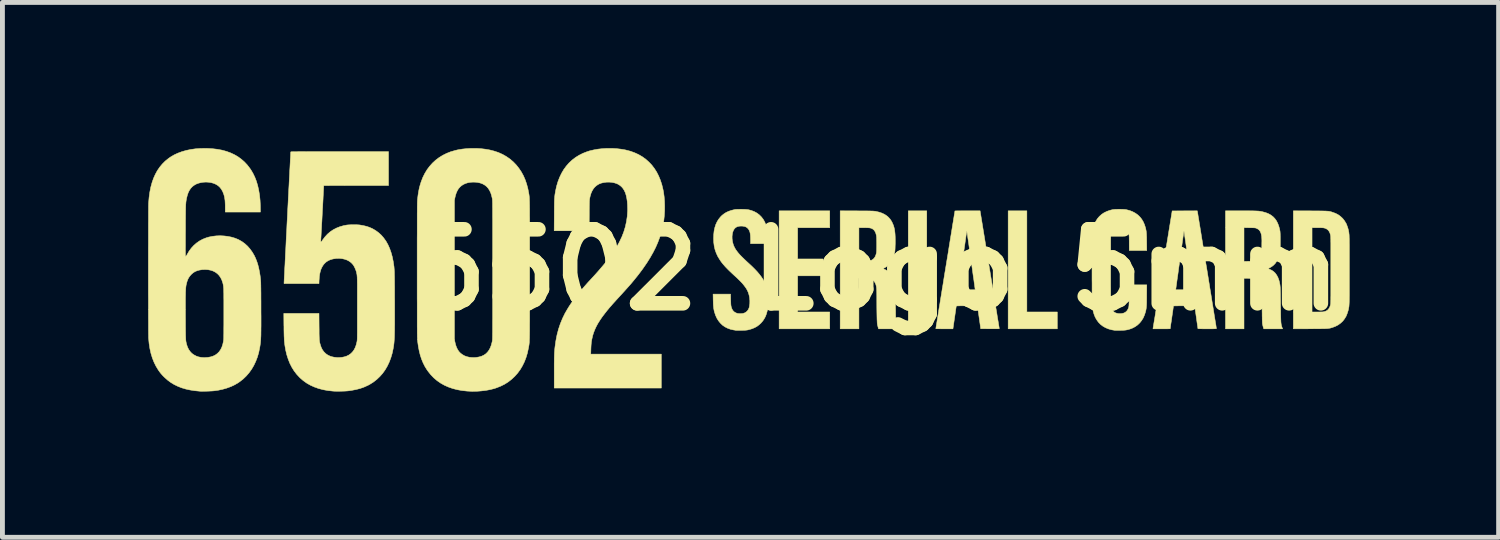
<source format=kicad_pcb>
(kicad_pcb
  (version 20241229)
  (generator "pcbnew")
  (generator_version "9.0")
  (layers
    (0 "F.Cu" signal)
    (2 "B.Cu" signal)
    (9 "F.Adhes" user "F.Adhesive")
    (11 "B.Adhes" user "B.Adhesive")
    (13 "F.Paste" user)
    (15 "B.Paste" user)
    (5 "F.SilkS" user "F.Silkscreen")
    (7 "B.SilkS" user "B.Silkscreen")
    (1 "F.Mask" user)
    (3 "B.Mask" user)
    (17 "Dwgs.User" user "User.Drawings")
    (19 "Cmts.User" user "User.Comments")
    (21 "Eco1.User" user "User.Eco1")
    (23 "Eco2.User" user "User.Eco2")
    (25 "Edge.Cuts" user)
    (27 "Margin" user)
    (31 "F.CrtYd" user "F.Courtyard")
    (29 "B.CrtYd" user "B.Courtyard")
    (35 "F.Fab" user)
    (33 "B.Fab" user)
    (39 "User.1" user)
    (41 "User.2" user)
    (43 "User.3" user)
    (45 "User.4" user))
  (footprint "6502 Logo 5mm"
    (layer "F.Cu")
    (at 15.004 2.506)
    (property "Reference" "6502 Logo 5mm" (at 0 0 0) (layer "F.SilkS") (effects (font (size 1.524 1.524) (thickness 0.3))))
    (attr through_hole)
    (fp_poly (pts (xy 1.029 1.215) (xy 0.648 1.215) (xy 0.648 -1.215) (xy 1.029 -1.215) (xy 1.029 1.215)) (stroke (width 0.01) (type solid)) (fill yes) (layer "F.SilkS"))
    (fp_poly (pts (xy 3.09 0.868) (xy 3.717 0.868) (xy 3.717 1.215) (xy 2.705 1.215) (xy 2.705 -1.215) (xy 3.09 -1.215) (xy 3.09 0.868)) (stroke (width 0.01) (type solid)) (fill yes) (layer "F.SilkS"))
    (fp_poly (pts (xy -0.969 -0.868) (xy -1.63 -0.868) (xy -1.63 -0.224) (xy -1.105 -0.224) (xy -1.105 0.123) (xy -1.63 0.123) (xy -1.63 0.868) (xy -0.969 0.868) (xy -0.969 1.215) (xy -2.011 1.215) (xy -2.011 -1.215) (xy -0.969 -1.215) (xy -0.969 -0.868)) (stroke (width 0.01) (type solid)) (fill yes) (layer "F.SilkS"))
    (fp_poly (pts (xy 2.324 -0.007) (xy 2.34 0.093) (xy 2.356 0.19) (xy 2.372 0.286) (xy 2.387 0.378) (xy 2.401 0.468) (xy 2.415 0.554) (xy 2.429 0.636) (xy 2.441 0.714) (xy 2.453 0.788) (xy 2.465 0.856) (xy 2.475 0.92) (xy 2.484 0.978) (xy 2.493 1.031) (xy 2.501 1.077) (xy 2.507 1.117) (xy 2.513 1.15) (xy 2.517 1.176) (xy 2.52 1.194) (xy 2.522 1.205) (xy 2.522 1.208) (xy 2.522 1.209) (xy 2.521 1.211) (xy 2.518 1.212) (xy 2.512 1.213) (xy 2.502 1.214) (xy 2.489 1.214) (xy 2.47 1.214) (xy 2.446 1.214) (xy 2.415 1.214) (xy 2.378 1.214) (xy 2.333 1.214) (xy 2.332 1.214) (xy 2.14 1.213) (xy 2.073 0.741) (xy 1.856 0.741) (xy 1.805 0.741) (xy 1.763 0.741) (xy 1.727 0.741) (xy 1.699 0.742) (xy 1.676 0.742) (xy 1.66 0.743) (xy 1.648 0.744) (xy 1.641 0.745) (xy 1.638 0.746) (xy 1.637 0.746) (xy 1.636 0.751) (xy 1.634 0.764) (xy 1.631 0.783) (xy 1.627 0.809) (xy 1.623 0.84) (xy 1.618 0.875) (xy 1.612 0.914) (xy 1.606 0.956) (xy 1.602 0.983) (xy 1.568 1.215) (xy 1.392 1.215) (xy 1.354 1.215) (xy 1.319 1.215) (xy 1.288 1.214) (xy 1.261 1.214) (xy 1.239 1.214) (xy 1.224 1.213) (xy 1.216 1.212) (xy 1.215 1.212) (xy 1.216 1.208) (xy 1.218 1.195) (xy 1.221 1.175) (xy 1.225 1.148) (xy 1.231 1.113) (xy 1.238 1.072) (xy 1.245 1.025) (xy 1.254 0.971) (xy 1.264 0.912) (xy 1.274 0.847) (xy 1.285 0.777) (xy 1.298 0.703) (xy 1.31 0.624) (xy 1.324 0.541) (xy 1.338 0.454) (xy 1.345 0.411) (xy 1.685 0.411) (xy 2.026 0.411) (xy 2.017 0.344) (xy 2.012 0.305) (xy 2.005 0.26) (xy 1.999 0.212) (xy 1.991 0.16) (xy 1.983 0.104) (xy 1.975 0.046) (xy 1.967 -0.014) (xy 1.958 -0.075) (xy 1.949 -0.137) (xy 1.94 -0.199) (xy 1.932 -0.262) (xy 1.923 -0.323) (xy 1.914 -0.383) (xy 1.906 -0.441) (xy 1.898 -0.497) (xy 1.891 -0.549) (xy 1.884 -0.598) (xy 1.877 -0.643) (xy 1.872 -0.683) (xy 1.867 -0.717) (xy 1.862 -0.746) (xy 1.859 -0.768) (xy 1.857 -0.783) (xy 1.856 -0.791) (xy 1.856 -0.791) (xy 1.852 -0.791) (xy 1.851 -0.79) (xy 1.851 -0.786) (xy 1.849 -0.774) (xy 1.846 -0.754) (xy 1.842 -0.728) (xy 1.837 -0.696) (xy 1.832 -0.658) (xy 1.826 -0.616) (xy 1.819 -0.569) (xy 1.812 -0.518) (xy 1.804 -0.464) (xy 1.796 -0.408) (xy 1.788 -0.349) (xy 1.78 -0.289) (xy 1.771 -0.228) (xy 1.763 -0.167) (xy 1.754 -0.106) (xy 1.746 -0.046) (xy 1.737 0.013) (xy 1.73 0.07) (xy 1.722 0.124) (xy 1.715 0.175) (xy 1.709 0.223) (xy 1.703 0.266) (xy 1.698 0.304) (xy 1.693 0.336) (xy 1.69 0.363) (xy 1.687 0.383) (xy 1.685 0.396) (xy 1.685 0.401) (xy 1.685 0.411) (xy 1.345 0.411) (xy 1.353 0.364) (xy 1.368 0.271) (xy 1.383 0.175) (xy 1.399 0.076) (xy 1.412 -0.000273) (xy 1.428 -0.1) (xy 1.444 -0.198) (xy 1.46 -0.293) (xy 1.475 -0.386) (xy 1.489 -0.475) (xy 1.503 -0.561) (xy 1.516 -0.643) (xy 1.529 -0.721) (xy 1.541 -0.795) (xy 1.552 -0.863) (xy 1.562 -0.927) (xy 1.572 -0.985) (xy 1.58 -1.037) (xy 1.588 -1.083) (xy 1.594 -1.123) (xy 1.6 -1.155) (xy 1.604 -1.181) (xy 1.607 -1.199) (xy 1.608 -1.21) (xy 1.609 -1.212) (xy 1.613 -1.213) (xy 1.625 -1.213) (xy 1.644 -1.214) (xy 1.669 -1.214) (xy 1.699 -1.214) (xy 1.735 -1.215) (xy 1.775 -1.215) (xy 1.818 -1.215) (xy 1.864 -1.215) (xy 2.127 -1.215) (xy 2.324 -0.007)) (stroke (width 0.01) (type solid)) (fill yes) (layer "F.SilkS"))
    (fp_poly (pts (xy 8.925 -1.214) (xy 8.99 -1.213) (xy 9.046 -1.213) (xy 9.096 -1.213) (xy 9.139 -1.212) (xy 9.176 -1.212) (xy 9.208 -1.211) (xy 9.235 -1.211) (xy 9.259 -1.209) (xy 9.278 -1.208) (xy 9.295 -1.207) (xy 9.31 -1.205) (xy 9.324 -1.202) (xy 9.336 -1.2) (xy 9.349 -1.196) (xy 9.362 -1.193) (xy 9.376 -1.188) (xy 9.385 -1.185) (xy 9.446 -1.163) (xy 9.501 -1.134) (xy 9.55 -1.098) (xy 9.594 -1.057) (xy 9.631 -1.009) (xy 9.663 -0.956) (xy 9.664 -0.955) (xy 9.674 -0.933) (xy 9.684 -0.905) (xy 9.695 -0.875) (xy 9.704 -0.845) (xy 9.711 -0.817) (xy 9.713 -0.809) (xy 9.715 -0.798) (xy 9.717 -0.787) (xy 9.719 -0.777) (xy 9.721 -0.767) (xy 9.722 -0.755) (xy 9.723 -0.743) (xy 9.725 -0.73) (xy 9.726 -0.714) (xy 9.727 -0.696) (xy 9.727 -0.675) (xy 9.728 -0.652) (xy 9.729 -0.624) (xy 9.729 -0.593) (xy 9.729 -0.557) (xy 9.73 -0.516) (xy 9.73 -0.47) (xy 9.73 -0.419) (xy 9.73 -0.361) (xy 9.73 -0.297) (xy 9.73 -0.225) (xy 9.73 -0.147) (xy 9.73 -0.061) (xy 9.73 0) (xy 9.73 0.092) (xy 9.73 0.175) (xy 9.73 0.251) (xy 9.73 0.32) (xy 9.73 0.382) (xy 9.73 0.437) (xy 9.73 0.487) (xy 9.73 0.531) (xy 9.729 0.57) (xy 9.729 0.604) (xy 9.728 0.634) (xy 9.728 0.66) (xy 9.727 0.683) (xy 9.726 0.703) (xy 9.725 0.72) (xy 9.724 0.735) (xy 9.723 0.748) (xy 9.722 0.759) (xy 9.72 0.77) (xy 9.718 0.781) (xy 9.716 0.791) (xy 9.714 0.801) (xy 9.713 0.809) (xy 9.707 0.834) (xy 9.698 0.863) (xy 9.688 0.894) (xy 9.677 0.923) (xy 9.667 0.947) (xy 9.664 0.955) (xy 9.632 1.008) (xy 9.595 1.056) (xy 9.551 1.097) (xy 9.502 1.133) (xy 9.447 1.162) (xy 9.387 1.185) (xy 9.385 1.185) (xy 9.37 1.19) (xy 9.357 1.194) (xy 9.344 1.198) (xy 9.332 1.201) (xy 9.319 1.203) (xy 9.305 1.205) (xy 9.29 1.207) (xy 9.272 1.209) (xy 9.251 1.21) (xy 9.226 1.211) (xy 9.197 1.212) (xy 9.164 1.212) (xy 9.124 1.213) (xy 9.079 1.213) (xy 9.027 1.213) (xy 8.967 1.214) (xy 8.925 1.214) (xy 8.577 1.215) (xy 8.577 -0.868) (xy 8.962 -0.868) (xy 8.962 0.868) (xy 9.075 0.868) (xy 9.112 0.868) (xy 9.141 0.867) (xy 9.165 0.867) (xy 9.183 0.866) (xy 9.197 0.864) (xy 9.208 0.862) (xy 9.213 0.861) (xy 9.248 0.849) (xy 9.278 0.832) (xy 9.301 0.809) (xy 9.32 0.78) (xy 9.335 0.745) (xy 9.342 0.717) (xy 9.343 0.713) (xy 9.344 0.707) (xy 9.345 0.701) (xy 9.345 0.693) (xy 9.346 0.683) (xy 9.346 0.671) (xy 9.347 0.657) (xy 9.347 0.639) (xy 9.348 0.618) (xy 9.348 0.593) (xy 9.348 0.564) (xy 9.349 0.53) (xy 9.349 0.491) (xy 9.349 0.446) (xy 9.349 0.396) (xy 9.349 0.34) (xy 9.349 0.277) (xy 9.349 0.206) (xy 9.349 0.129) (xy 9.349 0.043) (xy 9.349 0) (xy 9.349 -0.089) (xy 9.349 -0.171) (xy 9.349 -0.244) (xy 9.349 -0.311) (xy 9.349 -0.371) (xy 9.349 -0.424) (xy 9.349 -0.471) (xy 9.349 -0.512) (xy 9.349 -0.548) (xy 9.348 -0.58) (xy 9.348 -0.607) (xy 9.348 -0.629) (xy 9.347 -0.649) (xy 9.347 -0.665) (xy 9.346 -0.678) (xy 9.346 -0.688) (xy 9.345 -0.697) (xy 9.344 -0.704) (xy 9.343 -0.71) (xy 9.342 -0.715) (xy 9.342 -0.717) (xy 9.33 -0.758) (xy 9.314 -0.791) (xy 9.294 -0.817) (xy 9.268 -0.838) (xy 9.237 -0.854) (xy 9.213 -0.861) (xy 9.203 -0.863) (xy 9.19 -0.865) (xy 9.174 -0.866) (xy 9.153 -0.867) (xy 9.127 -0.868) (xy 9.094 -0.868) (xy 9.075 -0.868) (xy 8.962 -0.868) (xy 8.577 -0.868) (xy 8.577 -1.215) (xy 8.925 -1.214)) (stroke (width 0.01) (type solid)) (fill yes) (layer "F.SilkS"))
    (fp_poly (pts (xy -0.41 -1.214) (xy -0.347 -1.213) (xy -0.293 -1.213) (xy -0.246 -1.213) (xy -0.205 -1.213) (xy -0.171 -1.212) (xy -0.141 -1.212) (xy -0.117 -1.211) (xy -0.096 -1.211) (xy -0.08 -1.21) (xy -0.066 -1.209) (xy -0.054 -1.208) (xy -0.044 -1.207) (xy -0.035 -1.206) (xy -0.026 -1.205) (xy -0.019 -1.203) (xy 0.047 -1.188) (xy 0.105 -1.168) (xy 0.158 -1.143) (xy 0.203 -1.114) (xy 0.243 -1.079) (xy 0.278 -1.039) (xy 0.307 -0.994) (xy 0.315 -0.978) (xy 0.331 -0.943) (xy 0.345 -0.908) (xy 0.356 -0.87) (xy 0.365 -0.83) (xy 0.371 -0.786) (xy 0.376 -0.738) (xy 0.379 -0.684) (xy 0.38 -0.624) (xy 0.38 -0.557) (xy 0.38 -0.54) (xy 0.378 -0.488) (xy 0.377 -0.444) (xy 0.375 -0.408) (xy 0.372 -0.38) (xy 0.37 -0.369) (xy 0.357 -0.305) (xy 0.338 -0.247) (xy 0.314 -0.194) (xy 0.285 -0.147) (xy 0.25 -0.106) (xy 0.211 -0.072) (xy 0.167 -0.045) (xy 0.158 -0.04) (xy 0.142 -0.032) (xy 0.133 -0.026) (xy 0.132 -0.022) (xy 0.138 -0.019) (xy 0.141 -0.018) (xy 0.149 -0.015) (xy 0.162 -0.009) (xy 0.178 -0.002) (xy 0.188 0.004) (xy 0.21 0.015) (xy 0.228 0.027) (xy 0.245 0.042) (xy 0.261 0.057) (xy 0.287 0.086) (xy 0.309 0.117) (xy 0.327 0.153) (xy 0.343 0.193) (xy 0.356 0.238) (xy 0.367 0.291) (xy 0.375 0.343) (xy 0.377 0.354) (xy 0.378 0.367) (xy 0.379 0.384) (xy 0.38 0.404) (xy 0.381 0.429) (xy 0.381 0.458) (xy 0.382 0.493) (xy 0.383 0.533) (xy 0.384 0.58) (xy 0.384 0.634) (xy 0.385 0.695) (xy 0.385 0.739) (xy 0.386 0.794) (xy 0.387 0.847) (xy 0.387 0.897) (xy 0.388 0.943) (xy 0.389 0.985) (xy 0.39 1.022) (xy 0.39 1.053) (xy 0.391 1.078) (xy 0.392 1.095) (xy 0.393 1.105) (xy 0.393 1.107) (xy 0.399 1.133) (xy 0.405 1.158) (xy 0.411 1.18) (xy 0.417 1.195) (xy 0.421 1.205) (xy 0.423 1.212) (xy 0.423 1.213) (xy 0.419 1.213) (xy 0.408 1.214) (xy 0.389 1.214) (xy 0.365 1.214) (xy 0.335 1.215) (xy 0.301 1.215) (xy 0.264 1.215) (xy 0.23 1.215) (xy 0.036 1.215) (xy 0.026 1.18) (xy 0.021 1.161) (xy 0.016 1.141) (xy 0.013 1.126) (xy 0.012 1.124) (xy 0.01 1.11) (xy 0.008 1.087) (xy 0.007 1.057) (xy 0.005 1.02) (xy 0.004 0.975) (xy 0.003 0.925) (xy 0.002 0.868) (xy 0.001 0.805) (xy 0.000411 0.737) (xy 0.000167 0.664) (xy 0.000146 0.646) (xy 0.000066 0.589) (xy -0.000114 0.54) (xy -0.000442 0.498) (xy -0.001 0.462) (xy -0.002 0.431) (xy -0.003 0.406) (xy -0.004 0.384) (xy -0.006 0.366) (xy -0.008 0.35) (xy -0.011 0.336) (xy -0.014 0.323) (xy -0.017 0.31) (xy -0.021 0.299) (xy -0.037 0.264) (xy -0.058 0.234) (xy -0.085 0.211) (xy -0.119 0.194) (xy -0.159 0.182) (xy -0.18 0.178) (xy -0.195 0.177) (xy -0.216 0.175) (xy -0.242 0.174) (xy -0.27 0.174) (xy -0.29 0.174) (xy -0.368 0.174) (xy -0.368 1.215) (xy -0.754 1.215) (xy -0.754 -0.868) (xy -0.368 -0.868) (xy -0.368 -0.173) (xy -0.27 -0.175) (xy -0.233 -0.176) (xy -0.204 -0.177) (xy -0.181 -0.178) (xy -0.163 -0.18) (xy -0.15 -0.183) (xy -0.146 -0.184) (xy -0.109 -0.198) (xy -0.078 -0.217) (xy -0.052 -0.243) (xy -0.032 -0.274) (xy -0.017 -0.313) (xy -0.01 -0.339) (xy -0.008 -0.349) (xy -0.006 -0.361) (xy -0.005 -0.374) (xy -0.004 -0.39) (xy -0.003 -0.409) (xy -0.003 -0.434) (xy -0.002 -0.464) (xy -0.002 -0.501) (xy -0.002 -0.525) (xy -0.002 -0.567) (xy -0.003 -0.601) (xy -0.003 -0.629) (xy -0.004 -0.651) (xy -0.004 -0.669) (xy -0.006 -0.684) (xy -0.007 -0.697) (xy -0.009 -0.709) (xy -0.01 -0.713) (xy -0.021 -0.755) (xy -0.037 -0.79) (xy -0.057 -0.818) (xy -0.082 -0.839) (xy -0.099 -0.849) (xy -0.112 -0.854) (xy -0.125 -0.859) (xy -0.14 -0.862) (xy -0.157 -0.865) (xy -0.179 -0.866) (xy -0.206 -0.867) (xy -0.239 -0.868) (xy -0.267 -0.868) (xy -0.368 -0.868) (xy -0.754 -0.868) (xy -0.754 -1.215) (xy -0.41 -1.214)) (stroke (width 0.01) (type solid)) (fill yes) (layer "F.SilkS"))
    (fp_poly (pts (xy -5.364 -2.496) (xy -5.271 -2.485) (xy -5.181 -2.47) (xy -5.164 -2.466) (xy -5.072 -2.442) (xy -4.985 -2.41) (xy -4.904 -2.373) (xy -4.829 -2.329) (xy -4.758 -2.278) (xy -4.694 -2.221) (xy -4.634 -2.158) (xy -4.581 -2.089) (xy -4.533 -2.014) (xy -4.492 -1.933) (xy -4.456 -1.846) (xy -4.426 -1.754) (xy -4.402 -1.655) (xy -4.392 -1.603) (xy -4.379 -1.51) (xy -4.371 -1.413) (xy -4.368 -1.313) (xy -4.369 -1.213) (xy -4.375 -1.115) (xy -4.385 -1.02) (xy -4.39 -0.989) (xy -4.41 -0.882) (xy -4.436 -0.776) (xy -4.469 -0.671) (xy -4.508 -0.567) (xy -4.553 -0.463) (xy -4.606 -0.359) (xy -4.666 -0.253) (xy -4.733 -0.146) (xy -4.808 -0.037) (xy -4.835 0.001) (xy -4.879 0.059) (xy -4.923 0.117) (xy -4.969 0.174) (xy -5.017 0.233) (xy -5.068 0.294) (xy -5.124 0.357) (xy -5.184 0.424) (xy -5.249 0.496) (xy -5.283 0.533) (xy -5.331 0.585) (xy -5.373 0.631) (xy -5.411 0.673) (xy -5.445 0.711) (xy -5.475 0.746) (xy -5.504 0.778) (xy -5.53 0.81) (xy -5.555 0.84) (xy -5.579 0.871) (xy -5.599 0.896) (xy -5.653 0.967) (xy -5.7 1.036) (xy -5.741 1.101) (xy -5.776 1.165) (xy -5.805 1.228) (xy -5.83 1.291) (xy -5.85 1.355) (xy -5.865 1.421) (xy -5.867 1.429) (xy -5.872 1.458) (xy -5.877 1.488) (xy -5.88 1.519) (xy -5.883 1.553) (xy -5.885 1.591) (xy -5.887 1.637) (xy -5.887 1.644) (xy -5.89 1.736) (xy -4.437 1.736) (xy -4.437 2.434) (xy -6.642 2.434) (xy -6.642 2.105) (xy -6.642 2.037) (xy -6.642 1.976) (xy -6.642 1.923) (xy -6.641 1.875) (xy -6.641 1.833) (xy -6.64 1.796) (xy -6.639 1.763) (xy -6.638 1.733) (xy -6.637 1.705) (xy -6.635 1.68) (xy -6.633 1.655) (xy -6.631 1.63) (xy -6.628 1.605) (xy -6.627 1.594) (xy -6.609 1.465) (xy -6.585 1.341) (xy -6.554 1.223) (xy -6.516 1.11) (xy -6.472 1.002) (xy -6.422 0.899) (xy -6.411 0.88) (xy -6.373 0.814) (xy -6.333 0.749) (xy -6.29 0.684) (xy -6.243 0.618) (xy -6.193 0.551) (xy -6.138 0.482) (xy -6.079 0.41) (xy -6.014 0.335) (xy -5.944 0.256) (xy -5.893 0.201) (xy -5.814 0.115) (xy -5.742 0.035) (xy -5.676 -0.042) (xy -5.615 -0.114) (xy -5.559 -0.183) (xy -5.508 -0.249) (xy -5.462 -0.313) (xy -5.419 -0.374) (xy -5.38 -0.434) (xy -5.345 -0.493) (xy -5.312 -0.551) (xy -5.298 -0.578) (xy -5.249 -0.68) (xy -5.209 -0.784) (xy -5.177 -0.889) (xy -5.154 -0.996) (xy -5.138 -1.104) (xy -5.131 -1.214) (xy -5.131 -1.251) (xy -5.133 -1.333) (xy -5.138 -1.407) (xy -5.148 -1.474) (xy -5.161 -1.534) (xy -5.178 -1.588) (xy -5.2 -1.635) (xy -5.226 -1.676) (xy -5.256 -1.711) (xy -5.291 -1.74) (xy -5.33 -1.764) (xy -5.359 -1.777) (xy -5.407 -1.792) (xy -5.458 -1.802) (xy -5.512 -1.806) (xy -5.566 -1.805) (xy -5.618 -1.798) (xy -5.668 -1.787) (xy -5.714 -1.77) (xy -5.728 -1.763) (xy -5.769 -1.737) (xy -5.806 -1.705) (xy -5.837 -1.667) (xy -5.863 -1.623) (xy -5.885 -1.573) (xy -5.902 -1.515) (xy -5.911 -1.475) (xy -5.912 -1.466) (xy -5.914 -1.457) (xy -5.915 -1.447) (xy -5.916 -1.436) (xy -5.917 -1.424) (xy -5.918 -1.408) (xy -5.918 -1.39) (xy -5.919 -1.367) (xy -5.919 -1.34) (xy -5.92 -1.308) (xy -5.92 -1.27) (xy -5.921 -1.225) (xy -5.921 -1.173) (xy -5.921 -1.117) (xy -5.923 -0.804) (xy -6.643 -0.804) (xy -6.641 -1.131) (xy -6.641 -1.195) (xy -6.64 -1.25) (xy -6.64 -1.299) (xy -6.639 -1.341) (xy -6.639 -1.378) (xy -6.638 -1.41) (xy -6.637 -1.439) (xy -6.636 -1.463) (xy -6.634 -1.486) (xy -6.633 -1.506) (xy -6.63 -1.526) (xy -6.628 -1.545) (xy -6.625 -1.564) (xy -6.621 -1.585) (xy -6.617 -1.608) (xy -6.615 -1.623) (xy -6.593 -1.723) (xy -6.565 -1.817) (xy -6.531 -1.905) (xy -6.491 -1.988) (xy -6.446 -2.065) (xy -6.394 -2.136) (xy -6.337 -2.201) (xy -6.274 -2.26) (xy -6.205 -2.313) (xy -6.131 -2.359) (xy -6.052 -2.399) (xy -5.967 -2.432) (xy -5.915 -2.449) (xy -5.831 -2.469) (xy -5.743 -2.485) (xy -5.65 -2.495) (xy -5.555 -2.501) (xy -5.459 -2.501) (xy -5.364 -2.496)) (stroke (width 0.01) (type solid)) (fill yes) (layer "F.SilkS"))
    (fp_poly (pts (xy -2.792 -1.247) (xy -2.75 -1.246) (xy -2.716 -1.245) (xy -2.686 -1.243) (xy -2.66 -1.24) (xy -2.636 -1.236) (xy -2.613 -1.23) (xy -2.588 -1.223) (xy -2.58 -1.221) (xy -2.521 -1.198) (xy -2.467 -1.168) (xy -2.419 -1.132) (xy -2.376 -1.089) (xy -2.339 -1.041) (xy -2.308 -0.986) (xy -2.282 -0.925) (xy -2.278 -0.911) (xy -2.268 -0.879) (xy -2.26 -0.849) (xy -2.253 -0.819) (xy -2.248 -0.788) (xy -2.245 -0.754) (xy -2.243 -0.716) (xy -2.241 -0.672) (xy -2.241 -0.649) (xy -2.238 -0.538) (xy -2.599 -0.538) (xy -2.599 -0.619) (xy -2.6 -0.667) (xy -2.602 -0.708) (xy -2.606 -0.743) (xy -2.612 -0.772) (xy -2.62 -0.796) (xy -2.624 -0.807) (xy -2.643 -0.839) (xy -2.666 -0.864) (xy -2.693 -0.882) (xy -2.726 -0.894) (xy -2.764 -0.9) (xy -2.801 -0.901) (xy -2.835 -0.898) (xy -2.862 -0.892) (xy -2.886 -0.883) (xy -2.907 -0.869) (xy -2.917 -0.861) (xy -2.938 -0.837) (xy -2.955 -0.806) (xy -2.968 -0.77) (xy -2.976 -0.729) (xy -2.98 -0.686) (xy -2.979 -0.64) (xy -2.974 -0.596) (xy -2.966 -0.559) (xy -2.956 -0.523) (xy -2.943 -0.489) (xy -2.926 -0.454) (xy -2.906 -0.419) (xy -2.881 -0.384) (xy -2.852 -0.347) (xy -2.817 -0.307) (xy -2.777 -0.266) (xy -2.731 -0.221) (xy -2.679 -0.172) (xy -2.642 -0.138) (xy -2.576 -0.077) (xy -2.517 -0.019) (xy -2.465 0.036) (xy -2.42 0.089) (xy -2.38 0.141) (xy -2.346 0.191) (xy -2.318 0.242) (xy -2.294 0.293) (xy -2.274 0.345) (xy -2.259 0.399) (xy -2.251 0.436) (xy -2.238 0.517) (xy -2.232 0.598) (xy -2.232 0.678) (xy -2.239 0.756) (xy -2.252 0.832) (xy -2.271 0.902) (xy -2.272 0.906) (xy -2.292 0.959) (xy -2.317 1.006) (xy -2.346 1.05) (xy -2.381 1.091) (xy -2.381 1.092) (xy -2.423 1.131) (xy -2.468 1.165) (xy -2.518 1.192) (xy -2.572 1.214) (xy -2.633 1.232) (xy -2.654 1.237) (xy -2.671 1.24) (xy -2.688 1.242) (xy -2.709 1.244) (xy -2.733 1.245) (xy -2.763 1.246) (xy -2.792 1.247) (xy -2.82 1.247) (xy -2.846 1.247) (xy -2.869 1.247) (xy -2.886 1.247) (xy -2.897 1.247) (xy -2.9 1.246) (xy -2.909 1.245) (xy -2.923 1.242) (xy -2.941 1.239) (xy -2.95 1.238) (xy -3.015 1.223) (xy -3.075 1.201) (xy -3.129 1.173) (xy -3.179 1.138) (xy -3.222 1.096) (xy -3.261 1.048) (xy -3.294 0.994) (xy -3.321 0.934) (xy -3.342 0.87) (xy -3.349 0.843) (xy -3.354 0.817) (xy -3.359 0.79) (xy -3.362 0.761) (xy -3.365 0.729) (xy -3.367 0.692) (xy -3.368 0.649) (xy -3.369 0.621) (xy -3.371 0.5) (xy -3.011 0.5) (xy -3.009 0.613) (xy -3.007 0.658) (xy -3.006 0.695) (xy -3.004 0.724) (xy -3.001 0.744) (xy -3 0.751) (xy -2.989 0.789) (xy -2.975 0.82) (xy -2.958 0.844) (xy -2.937 0.865) (xy -2.91 0.881) (xy -2.9 0.886) (xy -2.886 0.892) (xy -2.874 0.896) (xy -2.86 0.899) (xy -2.842 0.9) (xy -2.827 0.901) (xy -2.799 0.901) (xy -2.774 0.9) (xy -2.756 0.898) (xy -2.719 0.886) (xy -2.688 0.867) (xy -2.662 0.842) (xy -2.642 0.812) (xy -2.627 0.774) (xy -2.623 0.755) (xy -2.615 0.697) (xy -2.614 0.636) (xy -2.619 0.576) (xy -2.631 0.516) (xy -2.649 0.46) (xy -2.672 0.411) (xy -2.697 0.37) (xy -2.73 0.325) (xy -2.769 0.277) (xy -2.816 0.228) (xy -2.869 0.176) (xy -2.889 0.157) (xy -2.941 0.11) (xy -2.986 0.068) (xy -3.026 0.03) (xy -3.061 -0.004) (xy -3.092 -0.036) (xy -3.12 -0.065) (xy -3.144 -0.093) (xy -3.167 -0.119) (xy -3.188 -0.145) (xy -3.208 -0.172) (xy -3.227 -0.2) (xy -3.235 -0.212) (xy -3.275 -0.278) (xy -3.306 -0.345) (xy -3.331 -0.416) (xy -3.348 -0.49) (xy -3.358 -0.568) (xy -3.361 -0.647) (xy -3.358 -0.727) (xy -3.35 -0.802) (xy -3.335 -0.87) (xy -3.315 -0.933) (xy -3.288 -0.991) (xy -3.256 -1.043) (xy -3.217 -1.091) (xy -3.187 -1.121) (xy -3.145 -1.154) (xy -3.099 -1.183) (xy -3.048 -1.206) (xy -2.991 -1.225) (xy -2.934 -1.239) (xy -2.92 -1.242) (xy -2.905 -1.244) (xy -2.887 -1.245) (xy -2.865 -1.246) (xy -2.837 -1.246) (xy -2.803 -1.247) (xy -2.792 -1.247)) (stroke (width 0.01) (type solid)) (fill yes) (layer "F.SilkS"))
    (fp_poly (pts (xy 7.56 -1.215) (xy 7.617 -1.215) (xy 7.667 -1.215) (xy 7.71 -1.214) (xy 7.748 -1.214) (xy 7.78 -1.213) (xy 7.809 -1.212) (xy 7.833 -1.211) (xy 7.854 -1.21) (xy 7.873 -1.208) (xy 7.89 -1.206) (xy 7.906 -1.203) (xy 7.922 -1.2) (xy 7.938 -1.197) (xy 7.945 -1.195) (xy 8.008 -1.178) (xy 8.064 -1.156) (xy 8.114 -1.128) (xy 8.158 -1.095) (xy 8.196 -1.056) (xy 8.228 -1.011) (xy 8.255 -0.959) (xy 8.277 -0.901) (xy 8.295 -0.836) (xy 8.298 -0.817) (xy 8.301 -0.805) (xy 8.303 -0.794) (xy 8.304 -0.782) (xy 8.305 -0.769) (xy 8.306 -0.754) (xy 8.307 -0.735) (xy 8.307 -0.713) (xy 8.308 -0.686) (xy 8.308 -0.653) (xy 8.308 -0.613) (xy 8.308 -0.584) (xy 8.308 -0.538) (xy 8.308 -0.5) (xy 8.307 -0.469) (xy 8.307 -0.443) (xy 8.306 -0.422) (xy 8.306 -0.404) (xy 8.305 -0.39) (xy 8.303 -0.377) (xy 8.301 -0.366) (xy 8.3 -0.358) (xy 8.285 -0.293) (xy 8.264 -0.234) (xy 8.238 -0.182) (xy 8.208 -0.136) (xy 8.171 -0.097) (xy 8.13 -0.065) (xy 8.093 -0.044) (xy 8.079 -0.036) (xy 8.068 -0.029) (xy 8.062 -0.025) (xy 8.062 -0.024) (xy 8.066 -0.021) (xy 8.076 -0.016) (xy 8.088 -0.011) (xy 8.132 0.009) (xy 8.171 0.036) (xy 8.205 0.069) (xy 8.234 0.109) (xy 8.259 0.155) (xy 8.279 0.209) (xy 8.285 0.229) (xy 8.289 0.246) (xy 8.293 0.262) (xy 8.296 0.278) (xy 8.299 0.293) (xy 8.302 0.309) (xy 8.304 0.327) (xy 8.306 0.347) (xy 8.308 0.369) (xy 8.309 0.395) (xy 8.31 0.425) (xy 8.311 0.459) (xy 8.312 0.499) (xy 8.312 0.545) (xy 8.313 0.597) (xy 8.314 0.657) (xy 8.314 0.718) (xy 8.315 0.785) (xy 8.316 0.844) (xy 8.316 0.896) (xy 8.317 0.941) (xy 8.318 0.98) (xy 8.319 1.014) (xy 8.32 1.043) (xy 8.321 1.068) (xy 8.323 1.089) (xy 8.325 1.107) (xy 8.327 1.123) (xy 8.33 1.137) (xy 8.333 1.15) (xy 8.337 1.162) (xy 8.341 1.175) (xy 8.345 1.187) (xy 8.356 1.215) (xy 7.968 1.215) (xy 7.961 1.194) (xy 7.957 1.18) (xy 7.952 1.161) (xy 7.947 1.141) (xy 7.945 1.134) (xy 7.944 1.126) (xy 7.942 1.119) (xy 7.941 1.111) (xy 7.94 1.101) (xy 7.939 1.089) (xy 7.938 1.075) (xy 7.938 1.058) (xy 7.937 1.037) (xy 7.936 1.012) (xy 7.936 0.982) (xy 7.935 0.946) (xy 7.935 0.905) (xy 7.934 0.856) (xy 7.934 0.801) (xy 7.933 0.737) (xy 7.933 0.737) (xy 7.933 0.671) (xy 7.932 0.614) (xy 7.931 0.564) (xy 7.931 0.52) (xy 7.93 0.483) (xy 7.93 0.451) (xy 7.929 0.424) (xy 7.928 0.401) (xy 7.927 0.382) (xy 7.925 0.366) (xy 7.924 0.352) (xy 7.922 0.34) (xy 7.92 0.33) (xy 7.917 0.321) (xy 7.914 0.311) (xy 7.911 0.301) (xy 7.91 0.298) (xy 7.895 0.264) (xy 7.875 0.236) (xy 7.849 0.213) (xy 7.817 0.195) (xy 7.783 0.184) (xy 7.771 0.181) (xy 7.757 0.179) (xy 7.738 0.177) (xy 7.713 0.176) (xy 7.682 0.175) (xy 7.659 0.175) (xy 7.561 0.173) (xy 7.561 1.215) (xy 7.18 1.215) (xy 7.18 -0.173) (xy 7.561 -0.173) (xy 7.661 -0.175) (xy 7.701 -0.176) (xy 7.734 -0.177) (xy 7.758 -0.179) (xy 7.775 -0.181) (xy 7.783 -0.183) (xy 7.821 -0.198) (xy 7.853 -0.217) (xy 7.879 -0.242) (xy 7.899 -0.274) (xy 7.915 -0.312) (xy 7.917 -0.32) (xy 7.92 -0.33) (xy 7.921 -0.339) (xy 7.923 -0.35) (xy 7.924 -0.362) (xy 7.925 -0.378) (xy 7.926 -0.398) (xy 7.927 -0.423) (xy 7.927 -0.454) (xy 7.928 -0.492) (xy 7.928 -0.505) (xy 7.928 -0.547) (xy 7.929 -0.583) (xy 7.929 -0.612) (xy 7.928 -0.636) (xy 7.927 -0.655) (xy 7.926 -0.672) (xy 7.925 -0.686) (xy 7.923 -0.698) (xy 7.915 -0.739) (xy 7.903 -0.773) (xy 7.888 -0.801) (xy 7.869 -0.824) (xy 7.845 -0.841) (xy 7.815 -0.856) (xy 7.815 -0.856) (xy 7.808 -0.859) (xy 7.8 -0.861) (xy 7.791 -0.863) (xy 7.78 -0.864) (xy 7.765 -0.865) (xy 7.746 -0.866) (xy 7.72 -0.866) (xy 7.688 -0.867) (xy 7.676 -0.867) (xy 7.561 -0.869) (xy 7.561 -0.173) (xy 7.18 -0.173) (xy 7.18 -1.215) (xy 7.495 -1.215) (xy 7.56 -1.215)) (stroke (width 0.01) (type solid)) (fill yes) (layer "F.SilkS"))
    (fp_poly (pts (xy 6.601 -1.203) (xy 6.602 -1.198) (xy 6.605 -1.184) (xy 6.608 -1.163) (xy 6.613 -1.135) (xy 6.618 -1.1) (xy 6.625 -1.059) (xy 6.633 -1.012) (xy 6.641 -0.96) (xy 6.651 -0.902) (xy 6.661 -0.84) (xy 6.672 -0.774) (xy 6.683 -0.703) (xy 6.695 -0.63) (xy 6.708 -0.553) (xy 6.721 -0.473) (xy 6.734 -0.391) (xy 6.748 -0.308) (xy 6.761 -0.223) (xy 6.775 -0.137) (xy 6.79 -0.05) (xy 6.804 0.037) (xy 6.818 0.124) (xy 6.832 0.211) (xy 6.846 0.296) (xy 6.859 0.38) (xy 6.873 0.462) (xy 6.886 0.542) (xy 6.898 0.62) (xy 6.91 0.694) (xy 6.922 0.765) (xy 6.933 0.833) (xy 6.943 0.896) (xy 6.952 0.954) (xy 6.961 1.008) (xy 6.969 1.056) (xy 6.976 1.098) (xy 6.982 1.134) (xy 6.986 1.164) (xy 6.99 1.187) (xy 6.992 1.202) (xy 6.993 1.209) (xy 6.993 1.21) (xy 6.992 1.211) (xy 6.986 1.212) (xy 6.976 1.213) (xy 6.962 1.214) (xy 6.941 1.214) (xy 6.914 1.215) (xy 6.881 1.215) (xy 6.84 1.215) (xy 6.803 1.215) (xy 6.76 1.215) (xy 6.722 1.215) (xy 6.688 1.214) (xy 6.659 1.214) (xy 6.637 1.213) (xy 6.621 1.212) (xy 6.613 1.212) (xy 6.612 1.211) (xy 6.612 1.206) (xy 6.61 1.194) (xy 6.608 1.175) (xy 6.604 1.151) (xy 6.6 1.122) (xy 6.595 1.09) (xy 6.59 1.054) (xy 6.585 1.017) (xy 6.58 0.979) (xy 6.574 0.941) (xy 6.569 0.904) (xy 6.564 0.87) (xy 6.559 0.838) (xy 6.555 0.809) (xy 6.551 0.786) (xy 6.549 0.768) (xy 6.547 0.757) (xy 6.547 0.755) (xy 6.544 0.741) (xy 6.327 0.741) (xy 6.274 0.741) (xy 6.229 0.741) (xy 6.19 0.742) (xy 6.159 0.742) (xy 6.135 0.743) (xy 6.118 0.744) (xy 6.11 0.744) (xy 6.109 0.745) (xy 6.108 0.75) (xy 6.106 0.762) (xy 6.104 0.782) (xy 6.1 0.807) (xy 6.096 0.838) (xy 6.091 0.873) (xy 6.085 0.912) (xy 6.079 0.953) (xy 6.075 0.981) (xy 6.069 1.024) (xy 6.063 1.065) (xy 6.057 1.102) (xy 6.052 1.135) (xy 6.048 1.164) (xy 6.045 1.186) (xy 6.043 1.203) (xy 6.041 1.212) (xy 6.041 1.214) (xy 6.037 1.214) (xy 6.025 1.214) (xy 6.007 1.214) (xy 5.983 1.215) (xy 5.953 1.215) (xy 5.92 1.215) (xy 5.884 1.215) (xy 5.864 1.215) (xy 5.687 1.215) (xy 5.689 1.203) (xy 5.689 1.198) (xy 5.691 1.185) (xy 5.695 1.164) (xy 5.699 1.136) (xy 5.705 1.101) (xy 5.712 1.059) (xy 5.72 1.011) (xy 5.729 0.957) (xy 5.738 0.897) (xy 5.749 0.831) (xy 5.76 0.761) (xy 5.773 0.686) (xy 5.785 0.607) (xy 5.799 0.523) (xy 5.813 0.436) (xy 5.817 0.411) (xy 6.154 0.411) (xy 6.326 0.411) (xy 6.363 0.411) (xy 6.398 0.41) (xy 6.429 0.41) (xy 6.455 0.41) (xy 6.476 0.409) (xy 6.49 0.408) (xy 6.497 0.408) (xy 6.498 0.407) (xy 6.498 0.402) (xy 6.496 0.389) (xy 6.493 0.369) (xy 6.489 0.342) (xy 6.485 0.31) (xy 6.479 0.271) (xy 6.473 0.228) (xy 6.467 0.181) (xy 6.459 0.13) (xy 6.452 0.075) (xy 6.444 0.019) (xy 6.435 -0.04) (xy 6.427 -0.1) (xy 6.418 -0.162) (xy 6.409 -0.223) (xy 6.4 -0.284) (xy 6.392 -0.344) (xy 6.383 -0.403) (xy 6.375 -0.46) (xy 6.367 -0.514) (xy 6.36 -0.565) (xy 6.353 -0.612) (xy 6.347 -0.655) (xy 6.341 -0.694) (xy 6.337 -0.726) (xy 6.333 -0.753) (xy 6.33 -0.773) (xy 6.328 -0.786) (xy 6.327 -0.791) (xy 6.327 -0.791) (xy 6.323 -0.791) (xy 6.323 -0.791) (xy 6.322 -0.787) (xy 6.32 -0.775) (xy 6.317 -0.755) (xy 6.314 -0.728) (xy 6.309 -0.695) (xy 6.303 -0.656) (xy 6.297 -0.612) (xy 6.29 -0.562) (xy 6.283 -0.508) (xy 6.274 -0.449) (xy 6.266 -0.387) (xy 6.257 -0.322) (xy 6.247 -0.254) (xy 6.24 -0.203) (xy 6.231 -0.134) (xy 6.221 -0.066) (xy 6.212 -0.001) (xy 6.204 0.061) (xy 6.196 0.119) (xy 6.188 0.173) (xy 6.181 0.222) (xy 6.175 0.266) (xy 6.17 0.305) (xy 6.165 0.337) (xy 6.162 0.363) (xy 6.159 0.382) (xy 6.157 0.394) (xy 6.157 0.397) (xy 6.154 0.411) (xy 5.817 0.411) (xy 5.828 0.346) (xy 5.843 0.253) (xy 5.859 0.157) (xy 5.875 0.058) (xy 5.886 -0.011) (xy 6.082 -1.213) (xy 6.34 -1.214) (xy 6.599 -1.215) (xy 6.601 -1.203)) (stroke (width 0.01) (type solid)) (fill yes) (layer "F.SilkS"))
    (fp_poly (pts (xy 5.047 -1.246) (xy 5.08 -1.245) (xy 5.11 -1.243) (xy 5.133 -1.24) (xy 5.137 -1.239) (xy 5.204 -1.222) (xy 5.266 -1.198) (xy 5.322 -1.168) (xy 5.372 -1.133) (xy 5.416 -1.091) (xy 5.455 -1.043) (xy 5.487 -0.989) (xy 5.513 -0.929) (xy 5.533 -0.866) (xy 5.538 -0.844) (xy 5.542 -0.824) (xy 5.546 -0.805) (xy 5.549 -0.784) (xy 5.551 -0.762) (xy 5.553 -0.737) (xy 5.554 -0.708) (xy 5.556 -0.674) (xy 5.556 -0.633) (xy 5.557 -0.586) (xy 5.557 -0.573) (xy 5.559 -0.398) (xy 5.199 -0.398) (xy 5.198 -0.53) (xy 5.198 -0.566) (xy 5.198 -0.601) (xy 5.197 -0.634) (xy 5.197 -0.664) (xy 5.196 -0.689) (xy 5.195 -0.707) (xy 5.194 -0.71) (xy 5.188 -0.754) (xy 5.179 -0.791) (xy 5.165 -0.822) (xy 5.147 -0.848) (xy 5.125 -0.868) (xy 5.104 -0.882) (xy 5.082 -0.891) (xy 5.056 -0.897) (xy 5.025 -0.9) (xy 5.017 -0.901) (xy 4.973 -0.9) (xy 4.935 -0.893) (xy 4.903 -0.88) (xy 4.876 -0.861) (xy 4.854 -0.835) (xy 4.837 -0.802) (xy 4.823 -0.762) (xy 4.823 -0.76) (xy 4.822 -0.756) (xy 4.821 -0.751) (xy 4.82 -0.745) (xy 4.82 -0.738) (xy 4.819 -0.73) (xy 4.818 -0.719) (xy 4.818 -0.705) (xy 4.817 -0.689) (xy 4.817 -0.669) (xy 4.817 -0.646) (xy 4.816 -0.618) (xy 4.816 -0.586) (xy 4.816 -0.549) (xy 4.816 -0.507) (xy 4.816 -0.46) (xy 4.816 -0.406) (xy 4.816 -0.346) (xy 4.815 -0.279) (xy 4.815 -0.205) (xy 4.815 -0.123) (xy 4.815 -0.033) (xy 4.815 -0.004) (xy 4.815 0.09) (xy 4.815 0.176) (xy 4.815 0.254) (xy 4.815 0.325) (xy 4.816 0.389) (xy 4.816 0.446) (xy 4.816 0.498) (xy 4.816 0.543) (xy 4.816 0.584) (xy 4.817 0.619) (xy 4.817 0.65) (xy 4.818 0.676) (xy 4.819 0.699) (xy 4.82 0.718) (xy 4.821 0.734) (xy 4.822 0.748) (xy 4.823 0.759) (xy 4.825 0.768) (xy 4.827 0.776) (xy 4.828 0.783) (xy 4.831 0.789) (xy 4.833 0.794) (xy 4.836 0.8) (xy 4.838 0.806) (xy 4.838 0.806) (xy 4.856 0.838) (xy 4.879 0.863) (xy 4.907 0.882) (xy 4.94 0.894) (xy 4.979 0.901) (xy 5.006 0.902) (xy 5.049 0.899) (xy 5.086 0.89) (xy 5.117 0.874) (xy 5.143 0.853) (xy 5.164 0.825) (xy 5.172 0.809) (xy 5.177 0.798) (xy 5.181 0.788) (xy 5.185 0.777) (xy 5.188 0.766) (xy 5.19 0.752) (xy 5.192 0.737) (xy 5.193 0.717) (xy 5.194 0.694) (xy 5.195 0.665) (xy 5.196 0.631) (xy 5.197 0.59) (xy 5.197 0.542) (xy 5.197 0.522) (xy 5.199 0.309) (xy 5.559 0.309) (xy 5.557 0.528) (xy 5.557 0.581) (xy 5.556 0.627) (xy 5.556 0.666) (xy 5.555 0.7) (xy 5.554 0.728) (xy 5.552 0.752) (xy 5.55 0.774) (xy 5.548 0.793) (xy 5.545 0.81) (xy 5.542 0.828) (xy 5.538 0.845) (xy 5.533 0.864) (xy 5.533 0.866) (xy 5.512 0.931) (xy 5.486 0.99) (xy 5.453 1.044) (xy 5.415 1.092) (xy 5.371 1.134) (xy 5.321 1.17) (xy 5.266 1.199) (xy 5.22 1.217) (xy 5.191 1.226) (xy 5.165 1.233) (xy 5.14 1.238) (xy 5.113 1.242) (xy 5.084 1.244) (xy 5.049 1.246) (xy 5.012 1.247) (xy 4.984 1.247) (xy 4.957 1.247) (xy 4.934 1.247) (xy 4.916 1.247) (xy 4.905 1.246) (xy 4.902 1.246) (xy 4.831 1.234) (xy 4.766 1.215) (xy 4.707 1.19) (xy 4.653 1.159) (xy 4.605 1.122) (xy 4.563 1.078) (xy 4.527 1.028) (xy 4.496 0.973) (xy 4.472 0.911) (xy 4.453 0.844) (xy 4.44 0.77) (xy 4.437 0.734) (xy 4.436 0.723) (xy 4.436 0.705) (xy 4.435 0.678) (xy 4.435 0.645) (xy 4.434 0.606) (xy 4.434 0.561) (xy 4.434 0.511) (xy 4.433 0.457) (xy 4.433 0.398) (xy 4.433 0.336) (xy 4.433 0.272) (xy 4.432 0.205) (xy 4.432 0.137) (xy 4.432 0.067) (xy 4.432 -0.003) (xy 4.432 -0.073) (xy 4.432 -0.143) (xy 4.433 -0.211) (xy 4.433 -0.278) (xy 4.433 -0.342) (xy 4.433 -0.404) (xy 4.433 -0.462) (xy 4.434 -0.516) (xy 4.434 -0.565) (xy 4.434 -0.61) (xy 4.435 -0.648) (xy 4.435 -0.681) (xy 4.436 -0.706) (xy 4.436 -0.725) (xy 4.437 -0.734) (xy 4.446 -0.811) (xy 4.462 -0.881) (xy 4.484 -0.945) (xy 4.511 -1.003) (xy 4.545 -1.056) (xy 4.585 -1.102) (xy 4.63 -1.142) (xy 4.681 -1.176) (xy 4.739 -1.204) (xy 4.802 -1.226) (xy 4.854 -1.239) (xy 4.875 -1.242) (xy 4.904 -1.245) (xy 4.937 -1.246) (xy 4.973 -1.247) (xy 5.01 -1.247) (xy 5.047 -1.246)) (stroke (width 0.01) (type solid)) (fill yes) (layer "F.SilkS"))
    (fp_poly (pts (xy -8.248 -2.501) (xy -8.152 -2.495) (xy -8.058 -2.484) (xy -7.968 -2.468) (xy -7.882 -2.446) (xy -7.801 -2.419) (xy -7.785 -2.413) (xy -7.703 -2.376) (xy -7.626 -2.332) (xy -7.554 -2.282) (xy -7.487 -2.225) (xy -7.426 -2.162) (xy -7.371 -2.093) (xy -7.321 -2.019) (xy -7.277 -1.939) (xy -7.24 -1.854) (xy -7.209 -1.764) (xy -7.184 -1.669) (xy -7.174 -1.617) (xy -7.172 -1.604) (xy -7.169 -1.593) (xy -7.167 -1.582) (xy -7.165 -1.572) (xy -7.164 -1.562) (xy -7.162 -1.552) (xy -7.16 -1.542) (xy -7.159 -1.531) (xy -7.158 -1.52) (xy -7.156 -1.507) (xy -7.155 -1.493) (xy -7.154 -1.477) (xy -7.153 -1.459) (xy -7.153 -1.439) (xy -7.152 -1.416) (xy -7.151 -1.39) (xy -7.151 -1.362) (xy -7.15 -1.33) (xy -7.15 -1.294) (xy -7.149 -1.254) (xy -7.149 -1.21) (xy -7.149 -1.162) (xy -7.149 -1.109) (xy -7.148 -1.05) (xy -7.148 -0.986) (xy -7.148 -0.917) (xy -7.148 -0.842) (xy -7.148 -0.76) (xy -7.148 -0.672) (xy -7.148 -0.577) (xy -7.148 -0.475) (xy -7.148 -0.366) (xy -7.148 -0.249) (xy -7.148 -0.124) (xy -7.148 0) (xy -7.148 0.133) (xy -7.148 0.257) (xy -7.148 0.373) (xy -7.148 0.482) (xy -7.148 0.584) (xy -7.148 0.678) (xy -7.148 0.766) (xy -7.148 0.847) (xy -7.148 0.922) (xy -7.148 0.991) (xy -7.148 1.054) (xy -7.149 1.112) (xy -7.149 1.165) (xy -7.149 1.213) (xy -7.149 1.257) (xy -7.15 1.297) (xy -7.15 1.332) (xy -7.151 1.364) (xy -7.151 1.392) (xy -7.152 1.418) (xy -7.153 1.44) (xy -7.154 1.46) (xy -7.154 1.478) (xy -7.155 1.494) (xy -7.157 1.508) (xy -7.158 1.52) (xy -7.159 1.532) (xy -7.161 1.543) (xy -7.162 1.553) (xy -7.164 1.563) (xy -7.166 1.573) (xy -7.167 1.583) (xy -7.169 1.594) (xy -7.172 1.605) (xy -7.174 1.617) (xy -7.195 1.715) (xy -7.223 1.808) (xy -7.257 1.896) (xy -7.298 1.979) (xy -7.344 2.056) (xy -7.397 2.128) (xy -7.455 2.193) (xy -7.519 2.253) (xy -7.588 2.307) (xy -7.662 2.354) (xy -7.742 2.394) (xy -7.827 2.428) (xy -7.877 2.445) (xy -7.961 2.466) (xy -8.051 2.483) (xy -8.145 2.494) (xy -8.241 2.501) (xy -8.338 2.502) (xy -8.435 2.497) (xy -8.539 2.486) (xy -8.638 2.468) (xy -8.732 2.444) (xy -8.821 2.413) (xy -8.904 2.376) (xy -8.982 2.332) (xy -9.054 2.282) (xy -9.121 2.225) (xy -9.182 2.162) (xy -9.238 2.092) (xy -9.261 2.06) (xy -9.304 1.991) (xy -9.341 1.918) (xy -9.373 1.841) (xy -9.4 1.759) (xy -9.422 1.671) (xy -9.44 1.578) (xy -9.454 1.477) (xy -9.456 1.459) (xy -9.457 1.452) (xy -9.457 1.445) (xy -9.458 1.436) (xy -9.459 1.427) (xy -9.459 1.416) (xy -9.46 1.404) (xy -9.46 1.39) (xy -9.461 1.374) (xy -9.461 1.355) (xy -9.461 1.334) (xy -9.462 1.31) (xy -9.462 1.282) (xy -9.462 1.251) (xy -9.462 1.216) (xy -9.463 1.177) (xy -9.463 1.133) (xy -9.463 1.085) (xy -9.463 1.032) (xy -9.463 0.973) (xy -9.463 0.909) (xy -9.463 0.839) (xy -9.463 0.763) (xy -9.463 0.681) (xy -9.464 0.592) (xy -9.464 0.496) (xy -9.464 0.393) (xy -9.464 0.282) (xy -9.464 0.163) (xy -9.464 0.036) (xy -9.464 0) (xy -9.464 -0.129) (xy -9.464 -0.25) (xy -9.464 -0.363) (xy -9.464 -0.468) (xy -9.464 -0.566) (xy -9.464 -0.657) (xy -9.463 -0.741) (xy -9.463 -0.819) (xy -9.463 -0.891) (xy -9.463 -0.956) (xy -9.463 -1.016) (xy -9.463 -1.071) (xy -9.463 -1.121) (xy -9.463 -1.165) (xy -9.462 -1.206) (xy -9.462 -1.242) (xy -9.462 -1.274) (xy -9.462 -1.303) (xy -9.461 -1.328) (xy -9.461 -1.35) (xy -9.461 -1.369) (xy -9.46 -1.386) (xy -9.46 -1.401) (xy -9.459 -1.413) (xy -9.459 -1.424) (xy -9.458 -1.429) (xy -8.697 -1.429) (xy -8.697 1.429) (xy -8.688 1.477) (xy -8.674 1.538) (xy -8.656 1.591) (xy -8.634 1.637) (xy -8.608 1.677) (xy -8.605 1.681) (xy -8.572 1.716) (xy -8.532 1.746) (xy -8.488 1.771) (xy -8.438 1.789) (xy -8.385 1.801) (xy -8.327 1.806) (xy -8.267 1.805) (xy -8.244 1.803) (xy -8.187 1.793) (xy -8.136 1.778) (xy -8.09 1.756) (xy -8.049 1.728) (xy -8.014 1.693) (xy -7.984 1.652) (xy -7.958 1.604) (xy -7.938 1.55) (xy -7.922 1.488) (xy -7.917 1.465) (xy -7.917 1.461) (xy -7.916 1.456) (xy -7.915 1.45) (xy -7.915 1.443) (xy -7.914 1.435) (xy -7.914 1.424) (xy -7.913 1.412) (xy -7.913 1.397) (xy -7.913 1.38) (xy -7.912 1.359) (xy -7.912 1.336) (xy -7.912 1.309) (xy -7.911 1.279) (xy -7.911 1.244) (xy -7.911 1.205) (xy -7.911 1.162) (xy -7.911 1.114) (xy -7.911 1.061) (xy -7.91 1.002) (xy -7.91 0.938) (xy -7.91 0.868) (xy -7.91 0.792) (xy -7.91 0.709) (xy -7.91 0.62) (xy -7.91 0.524) (xy -7.91 0.42) (xy -7.91 0.309) (xy -7.91 0.19) (xy -7.91 0.063) (xy -7.91 0) (xy -7.91 -0.131) (xy -7.91 -0.253) (xy -7.91 -0.368) (xy -7.91 -0.475) (xy -7.91 -0.575) (xy -7.91 -0.668) (xy -7.91 -0.753) (xy -7.91 -0.833) (xy -7.91 -0.905) (xy -7.91 -0.972) (xy -7.91 -1.033) (xy -7.911 -1.089) (xy -7.911 -1.14) (xy -7.911 -1.185) (xy -7.911 -1.226) (xy -7.911 -1.263) (xy -7.912 -1.295) (xy -7.912 -1.324) (xy -7.912 -1.349) (xy -7.912 -1.37) (xy -7.913 -1.389) (xy -7.913 -1.405) (xy -7.914 -1.419) (xy -7.914 -1.43) (xy -7.915 -1.439) (xy -7.915 -1.447) (xy -7.916 -1.453) (xy -7.916 -1.459) (xy -7.917 -1.463) (xy -7.917 -1.465) (xy -7.932 -1.529) (xy -7.95 -1.586) (xy -7.974 -1.636) (xy -8.002 -1.679) (xy -8.035 -1.716) (xy -8.074 -1.746) (xy -8.117 -1.77) (xy -8.166 -1.788) (xy -8.221 -1.8) (xy -8.255 -1.804) (xy -8.311 -1.806) (xy -8.365 -1.803) (xy -8.418 -1.794) (xy -8.467 -1.779) (xy -8.509 -1.76) (xy -8.549 -1.735) (xy -8.584 -1.704) (xy -8.615 -1.668) (xy -8.64 -1.625) (xy -8.661 -1.577) (xy -8.678 -1.521) (xy -8.688 -1.477) (xy -8.697 -1.429) (xy -9.458 -1.429) (xy -9.458 -1.434) (xy -9.458 -1.442) (xy -9.457 -1.45) (xy -9.456 -1.457) (xy -9.456 -1.459) (xy -9.446 -1.54) (xy -9.434 -1.615) (xy -9.42 -1.685) (xy -9.402 -1.751) (xy -9.383 -1.811) (xy -9.349 -1.9) (xy -9.308 -1.983) (xy -9.261 -2.061) (xy -9.208 -2.132) (xy -9.149 -2.198) (xy -9.084 -2.258) (xy -9.014 -2.311) (xy -8.938 -2.358) (xy -8.858 -2.398) (xy -8.772 -2.432) (xy -8.681 -2.458) (xy -8.632 -2.47) (xy -8.538 -2.486) (xy -8.442 -2.496) (xy -8.345 -2.501) (xy -8.248 -2.501)) (stroke (width 0.01) (type solid)) (fill yes) (layer "F.SilkS"))
    (fp_poly (pts (xy -10.054 -1.736) (xy -10.721 -1.736) (xy -10.795 -1.736) (xy -10.867 -1.736) (xy -10.937 -1.736) (xy -11.003 -1.735) (xy -11.065 -1.735) (xy -11.123 -1.735) (xy -11.177 -1.735) (xy -11.226 -1.735) (xy -11.269 -1.735) (xy -11.306 -1.734) (xy -11.337 -1.734) (xy -11.361 -1.734) (xy -11.377 -1.734) (xy -11.386 -1.733) (xy -11.388 -1.733) (xy -11.388 -1.728) (xy -11.389 -1.715) (xy -11.39 -1.695) (xy -11.391 -1.668) (xy -11.393 -1.635) (xy -11.395 -1.596) (xy -11.397 -1.553) (xy -11.4 -1.505) (xy -11.402 -1.454) (xy -11.405 -1.4) (xy -11.408 -1.344) (xy -11.411 -1.285) (xy -11.415 -1.226) (xy -11.418 -1.166) (xy -11.421 -1.106) (xy -11.424 -1.046) (xy -11.427 -0.988) (xy -11.431 -0.932) (xy -11.433 -0.878) (xy -11.436 -0.827) (xy -11.439 -0.78) (xy -11.441 -0.737) (xy -11.443 -0.699) (xy -11.445 -0.666) (xy -11.447 -0.639) (xy -11.448 -0.619) (xy -11.448 -0.607) (xy -11.449 -0.602) (xy -11.449 -0.586) (xy -11.447 -0.578) (xy -11.443 -0.576) (xy -11.435 -0.581) (xy -11.425 -0.594) (xy -11.411 -0.615) (xy -11.41 -0.616) (xy -11.363 -0.678) (xy -11.312 -0.734) (xy -11.255 -0.783) (xy -11.193 -0.825) (xy -11.126 -0.86) (xy -11.055 -0.888) (xy -10.978 -0.91) (xy -10.916 -0.922) (xy -10.887 -0.925) (xy -10.852 -0.927) (xy -10.812 -0.929) (xy -10.771 -0.929) (xy -10.73 -0.929) (xy -10.69 -0.927) (xy -10.655 -0.925) (xy -10.63 -0.921) (xy -10.564 -0.909) (xy -10.503 -0.894) (xy -10.447 -0.875) (xy -10.393 -0.851) (xy -10.384 -0.847) (xy -10.319 -0.809) (xy -10.259 -0.765) (xy -10.203 -0.714) (xy -10.153 -0.656) (xy -10.107 -0.592) (xy -10.067 -0.521) (xy -10.032 -0.443) (xy -10.002 -0.359) (xy -9.977 -0.269) (xy -9.957 -0.172) (xy -9.953 -0.145) (xy -9.95 -0.126) (xy -9.947 -0.107) (xy -9.945 -0.09) (xy -9.942 -0.072) (xy -9.94 -0.055) (xy -9.939 -0.036) (xy -9.937 -0.017) (xy -9.936 0.004) (xy -9.934 0.028) (xy -9.933 0.054) (xy -9.933 0.083) (xy -9.932 0.116) (xy -9.931 0.153) (xy -9.931 0.194) (xy -9.93 0.241) (xy -9.93 0.293) (xy -9.929 0.352) (xy -9.929 0.417) (xy -9.929 0.489) (xy -9.929 0.569) (xy -9.928 0.639) (xy -9.928 0.738) (xy -9.928 0.829) (xy -9.928 0.912) (xy -9.928 0.988) (xy -9.928 1.058) (xy -9.928 1.121) (xy -9.929 1.178) (xy -9.929 1.23) (xy -9.93 1.277) (xy -9.931 1.32) (xy -9.932 1.359) (xy -9.933 1.394) (xy -9.935 1.425) (xy -9.937 1.454) (xy -9.939 1.481) (xy -9.941 1.506) (xy -9.944 1.53) (xy -9.947 1.553) (xy -9.95 1.575) (xy -9.954 1.597) (xy -9.957 1.617) (xy -9.978 1.717) (xy -10.006 1.811) (xy -10.039 1.899) (xy -10.079 1.983) (xy -10.124 2.06) (xy -10.175 2.131) (xy -10.233 2.197) (xy -10.295 2.256) (xy -10.364 2.31) (xy -10.438 2.357) (xy -10.475 2.377) (xy -10.552 2.412) (xy -10.635 2.442) (xy -10.724 2.465) (xy -10.819 2.483) (xy -10.875 2.491) (xy -10.902 2.494) (xy -10.935 2.496) (xy -10.973 2.498) (xy -11.014 2.499) (xy -11.056 2.5) (xy -11.097 2.5) (xy -11.136 2.5) (xy -11.17 2.499) (xy -11.198 2.497) (xy -11.199 2.497) (xy -11.302 2.486) (xy -11.4 2.468) (xy -11.493 2.444) (xy -11.58 2.413) (xy -11.662 2.376) (xy -11.738 2.333) (xy -11.808 2.283) (xy -11.873 2.227) (xy -11.889 2.211) (xy -11.948 2.147) (xy -12 2.078) (xy -12.046 2.004) (xy -12.086 1.925) (xy -12.12 1.839) (xy -12.149 1.749) (xy -12.172 1.652) (xy -12.181 1.599) (xy -12.186 1.57) (xy -12.19 1.543) (xy -12.193 1.517) (xy -12.196 1.491) (xy -12.199 1.463) (xy -12.201 1.434) (xy -12.202 1.401) (xy -12.204 1.365) (xy -12.205 1.325) (xy -12.206 1.278) (xy -12.207 1.225) (xy -12.207 1.165) (xy -12.208 1.15) (xy -12.21 0.897) (xy -11.486 0.897) (xy -11.484 1.165) (xy -11.483 1.223) (xy -11.483 1.273) (xy -11.483 1.316) (xy -11.482 1.353) (xy -11.481 1.384) (xy -11.48 1.411) (xy -11.479 1.433) (xy -11.477 1.453) (xy -11.475 1.47) (xy -11.473 1.486) (xy -11.47 1.5) (xy -11.466 1.515) (xy -11.462 1.53) (xy -11.457 1.547) (xy -11.457 1.548) (xy -11.438 1.602) (xy -11.413 1.65) (xy -11.382 1.691) (xy -11.345 1.727) (xy -11.303 1.756) (xy -11.256 1.778) (xy -11.226 1.788) (xy -11.176 1.799) (xy -11.123 1.805) (xy -11.069 1.806) (xy -11.015 1.802) (xy -10.965 1.792) (xy -10.919 1.778) (xy -10.918 1.777) (xy -10.872 1.755) (xy -10.831 1.726) (xy -10.796 1.691) (xy -10.765 1.649) (xy -10.74 1.601) (xy -10.72 1.546) (xy -10.705 1.485) (xy -10.703 1.474) (xy -10.702 1.468) (xy -10.701 1.461) (xy -10.7 1.453) (xy -10.699 1.444) (xy -10.699 1.433) (xy -10.698 1.419) (xy -10.698 1.403) (xy -10.697 1.383) (xy -10.697 1.36) (xy -10.697 1.333) (xy -10.696 1.301) (xy -10.696 1.264) (xy -10.696 1.222) (xy -10.696 1.175) (xy -10.696 1.121) (xy -10.696 1.06) (xy -10.696 0.993) (xy -10.696 0.918) (xy -10.696 0.835) (xy -10.696 0.792) (xy -10.696 0.704) (xy -10.696 0.624) (xy -10.696 0.552) (xy -10.696 0.486) (xy -10.696 0.428) (xy -10.696 0.376) (xy -10.696 0.33) (xy -10.696 0.289) (xy -10.697 0.253) (xy -10.697 0.222) (xy -10.698 0.195) (xy -10.699 0.171) (xy -10.699 0.151) (xy -10.701 0.133) (xy -10.702 0.118) (xy -10.703 0.105) (xy -10.705 0.094) (xy -10.707 0.083) (xy -10.709 0.073) (xy -10.711 0.063) (xy -10.713 0.053) (xy -10.716 0.043) (xy -10.717 0.038) (xy -10.727 0.008) (xy -10.74 -0.025) (xy -10.755 -0.057) (xy -10.771 -0.086) (xy -10.787 -0.11) (xy -10.788 -0.11) (xy -10.821 -0.146) (xy -10.861 -0.176) (xy -10.905 -0.2) (xy -10.955 -0.218) (xy -11.008 -0.23) (xy -11.065 -0.236) (xy -11.124 -0.235) (xy -11.139 -0.233) (xy -11.198 -0.224) (xy -11.251 -0.209) (xy -11.298 -0.188) (xy -11.34 -0.16) (xy -11.376 -0.126) (xy -11.407 -0.086) (xy -11.43 -0.044) (xy -11.448 -0.003) (xy -11.461 0.042) (xy -11.472 0.091) (xy -11.479 0.146) (xy -11.483 0.208) (xy -11.484 0.215) (xy -11.486 0.284) (xy -12.205 0.284) (xy -12.205 0.266) (xy -12.205 0.259) (xy -12.204 0.245) (xy -12.203 0.224) (xy -12.202 0.195) (xy -12.2 0.159) (xy -12.198 0.116) (xy -12.195 0.068) (xy -12.193 0.014) (xy -12.19 -0.045) (xy -12.186 -0.109) (xy -12.183 -0.178) (xy -12.179 -0.251) (xy -12.176 -0.327) (xy -12.171 -0.407) (xy -12.167 -0.49) (xy -12.163 -0.575) (xy -12.159 -0.662) (xy -12.154 -0.752) (xy -12.149 -0.842) (xy -12.145 -0.934) (xy -12.14 -1.026) (xy -12.135 -1.119) (xy -12.131 -1.211) (xy -12.126 -1.303) (xy -12.121 -1.394) (xy -12.117 -1.483) (xy -12.112 -1.571) (xy -12.108 -1.657) (xy -12.103 -1.74) (xy -12.099 -1.821) (xy -12.095 -1.898) (xy -12.091 -1.971) (xy -12.088 -2.041) (xy -12.084 -2.106) (xy -12.081 -2.166) (xy -12.078 -2.221) (xy -12.076 -2.271) (xy -12.073 -2.314) (xy -12.071 -2.351) (xy -12.07 -2.381) (xy -12.069 -2.405) (xy -12.068 -2.42) (xy -12.067 -2.428) (xy -12.067 -2.429) (xy -12.065 -2.429) (xy -12.06 -2.43) (xy -12.052 -2.431) (xy -12.04 -2.431) (xy -12.024 -2.431) (xy -12.004 -2.432) (xy -11.979 -2.432) (xy -11.95 -2.432) (xy -11.915 -2.433) (xy -11.875 -2.433) (xy -11.829 -2.433) (xy -11.778 -2.433) (xy -11.72 -2.434) (xy -11.656 -2.434) (xy -11.585 -2.434) (xy -11.508 -2.434) (xy -11.423 -2.434) (xy -11.33 -2.434) (xy -11.23 -2.434) (xy -11.122 -2.434) (xy -11.06 -2.434) (xy -10.054 -2.434) (xy -10.054 -1.736)) (stroke (width 0.01) (type solid)) (fill yes) (layer "F.SilkS"))
    (fp_poly (pts (xy -13.786 -2.5) (xy -13.678 -2.494) (xy -13.577 -2.482) (xy -13.481 -2.464) (xy -13.391 -2.439) (xy -13.306 -2.408) (xy -13.227 -2.371) (xy -13.153 -2.328) (xy -13.085 -2.278) (xy -13.021 -2.222) (xy -12.962 -2.159) (xy -12.909 -2.09) (xy -12.885 -2.055) (xy -12.843 -1.983) (xy -12.806 -1.906) (xy -12.774 -1.823) (xy -12.748 -1.735) (xy -12.727 -1.641) (xy -12.71 -1.54) (xy -12.699 -1.434) (xy -12.693 -1.32) (xy -12.692 -1.235) (xy -12.692 -1.19) (xy -13.415 -1.19) (xy -13.416 -1.284) (xy -13.416 -1.337) (xy -13.418 -1.383) (xy -13.42 -1.424) (xy -13.425 -1.46) (xy -13.43 -1.494) (xy -13.438 -1.526) (xy -13.447 -1.558) (xy -13.448 -1.56) (xy -13.469 -1.613) (xy -13.495 -1.659) (xy -13.526 -1.699) (xy -13.563 -1.733) (xy -13.606 -1.76) (xy -13.654 -1.781) (xy -13.708 -1.796) (xy -13.761 -1.804) (xy -13.813 -1.807) (xy -13.866 -1.804) (xy -13.918 -1.796) (xy -13.966 -1.784) (xy -14.009 -1.768) (xy -14.01 -1.768) (xy -14.053 -1.744) (xy -14.092 -1.715) (xy -14.125 -1.68) (xy -14.153 -1.64) (xy -14.177 -1.593) (xy -14.196 -1.539) (xy -14.211 -1.478) (xy -14.212 -1.476) (xy -14.215 -1.46) (xy -14.217 -1.446) (xy -14.22 -1.432) (xy -14.222 -1.418) (xy -14.224 -1.403) (xy -14.226 -1.387) (xy -14.227 -1.37) (xy -14.229 -1.35) (xy -14.23 -1.328) (xy -14.231 -1.303) (xy -14.232 -1.273) (xy -14.232 -1.24) (xy -14.233 -1.202) (xy -14.233 -1.159) (xy -14.234 -1.111) (xy -14.234 -1.056) (xy -14.235 -0.994) (xy -14.235 -0.926) (xy -14.235 -0.849) (xy -14.235 -0.801) (xy -14.236 -0.724) (xy -14.236 -0.655) (xy -14.236 -0.593) (xy -14.236 -0.539) (xy -14.236 -0.491) (xy -14.237 -0.449) (xy -14.237 -0.414) (xy -14.236 -0.383) (xy -14.236 -0.358) (xy -14.236 -0.337) (xy -14.236 -0.32) (xy -14.235 -0.307) (xy -14.235 -0.297) (xy -14.234 -0.29) (xy -14.233 -0.285) (xy -14.232 -0.282) (xy -14.232 -0.28) (xy -14.23 -0.28) (xy -14.229 -0.279) (xy -14.229 -0.279) (xy -14.224 -0.282) (xy -14.217 -0.289) (xy -14.209 -0.302) (xy -14.201 -0.316) (xy -14.16 -0.386) (xy -14.113 -0.449) (xy -14.062 -0.504) (xy -14.006 -0.553) (xy -13.945 -0.595) (xy -13.88 -0.63) (xy -13.81 -0.658) (xy -13.754 -0.675) (xy -13.678 -0.69) (xy -13.6 -0.699) (xy -13.521 -0.702) (xy -13.442 -0.698) (xy -13.365 -0.689) (xy -13.29 -0.674) (xy -13.219 -0.653) (xy -13.152 -0.626) (xy -13.136 -0.618) (xy -13.071 -0.581) (xy -13.011 -0.537) (xy -12.955 -0.486) (xy -12.905 -0.428) (xy -12.859 -0.364) (xy -12.818 -0.294) (xy -12.796 -0.248) (xy -12.77 -0.184) (xy -12.747 -0.116) (xy -12.728 -0.043) (xy -12.712 0.035) (xy -12.698 0.12) (xy -12.689 0.197) (xy -12.688 0.208) (xy -12.687 0.22) (xy -12.686 0.234) (xy -12.685 0.25) (xy -12.684 0.27) (xy -12.684 0.292) (xy -12.683 0.319) (xy -12.683 0.35) (xy -12.682 0.385) (xy -12.682 0.426) (xy -12.681 0.473) (xy -12.681 0.525) (xy -12.681 0.585) (xy -12.68 0.651) (xy -12.68 0.726) (xy -12.68 0.787) (xy -12.68 0.875) (xy -12.679 0.955) (xy -12.679 1.028) (xy -12.679 1.093) (xy -12.679 1.153) (xy -12.68 1.206) (xy -12.68 1.254) (xy -12.681 1.296) (xy -12.681 1.335) (xy -12.682 1.369) (xy -12.684 1.401) (xy -12.685 1.429) (xy -12.687 1.455) (xy -12.689 1.479) (xy -12.691 1.502) (xy -12.694 1.523) (xy -12.697 1.545) (xy -12.7 1.566) (xy -12.704 1.589) (xy -12.707 1.606) (xy -12.727 1.704) (xy -12.754 1.797) (xy -12.788 1.885) (xy -12.827 1.968) (xy -12.873 2.046) (xy -12.925 2.119) (xy -12.983 2.186) (xy -13.046 2.247) (xy -13.115 2.301) (xy -13.146 2.323) (xy -13.217 2.365) (xy -13.294 2.402) (xy -13.378 2.433) (xy -13.467 2.459) (xy -13.56 2.479) (xy -13.644 2.491) (xy -13.664 2.493) (xy -13.69 2.495) (xy -13.721 2.496) (xy -13.755 2.498) (xy -13.791 2.499) (xy -13.827 2.5) (xy -13.862 2.5) (xy -13.893 2.501) (xy -13.919 2.5) (xy -13.939 2.5) (xy -13.942 2.499) (xy -14.045 2.489) (xy -14.141 2.474) (xy -14.231 2.454) (xy -14.315 2.429) (xy -14.393 2.398) (xy -14.466 2.363) (xy -14.535 2.321) (xy -14.599 2.274) (xy -14.659 2.221) (xy -14.685 2.196) (xy -14.711 2.169) (xy -14.733 2.144) (xy -14.752 2.121) (xy -14.77 2.097) (xy -14.79 2.069) (xy -14.798 2.057) (xy -14.844 1.981) (xy -14.884 1.899) (xy -14.918 1.812) (xy -14.946 1.72) (xy -14.968 1.621) (xy -14.984 1.517) (xy -14.994 1.41) (xy -14.995 1.4) (xy -14.995 1.381) (xy -14.995 1.355) (xy -14.996 1.322) (xy -14.996 1.281) (xy -14.997 1.234) (xy -14.997 1.182) (xy -14.997 1.123) (xy -14.997 1.059) (xy -14.998 0.991) (xy -14.998 0.917) (xy -14.998 0.84) (xy -14.998 0.759) (xy -14.998 0.744) (xy -14.236 0.744) (xy -14.236 0.812) (xy -14.236 0.888) (xy -14.236 0.965) (xy -14.235 1.039) (xy -14.235 1.106) (xy -14.235 1.165) (xy -14.234 1.217) (xy -14.234 1.262) (xy -14.233 1.302) (xy -14.233 1.337) (xy -14.232 1.367) (xy -14.231 1.393) (xy -14.23 1.415) (xy -14.229 1.434) (xy -14.228 1.451) (xy -14.226 1.465) (xy -14.224 1.478) (xy -14.222 1.491) (xy -14.219 1.502) (xy -14.217 1.514) (xy -14.213 1.527) (xy -14.212 1.533) (xy -14.194 1.588) (xy -14.17 1.638) (xy -14.14 1.681) (xy -14.105 1.719) (xy -14.064 1.749) (xy -14.018 1.774) (xy -13.968 1.792) (xy -13.912 1.803) (xy -13.852 1.807) (xy -13.788 1.804) (xy -13.777 1.803) (xy -13.719 1.793) (xy -13.667 1.777) (xy -13.62 1.754) (xy -13.579 1.724) (xy -13.543 1.688) (xy -13.513 1.646) (xy -13.488 1.597) (xy -13.469 1.542) (xy -13.455 1.48) (xy -13.45 1.446) (xy -13.449 1.434) (xy -13.448 1.415) (xy -13.447 1.388) (xy -13.447 1.352) (xy -13.446 1.309) (xy -13.446 1.257) (xy -13.446 1.197) (xy -13.445 1.128) (xy -13.445 1.051) (xy -13.445 0.966) (xy -13.445 0.902) (xy -13.445 0.822) (xy -13.445 0.75) (xy -13.445 0.686) (xy -13.445 0.629) (xy -13.446 0.578) (xy -13.446 0.533) (xy -13.446 0.494) (xy -13.447 0.46) (xy -13.448 0.43) (xy -13.448 0.404) (xy -13.449 0.382) (xy -13.451 0.363) (xy -13.452 0.346) (xy -13.454 0.332) (xy -13.456 0.319) (xy -13.458 0.307) (xy -13.46 0.295) (xy -13.463 0.284) (xy -13.466 0.272) (xy -13.468 0.265) (xy -13.487 0.209) (xy -13.512 0.159) (xy -13.542 0.116) (xy -13.578 0.079) (xy -13.619 0.049) (xy -13.665 0.025) (xy -13.716 0.008) (xy -13.772 -0.003) (xy -13.832 -0.006) (xy -13.888 -0.004) (xy -13.943 0.004) (xy -13.992 0.017) (xy -14.036 0.035) (xy -14.076 0.06) (xy -14.112 0.091) (xy -14.114 0.093) (xy -14.143 0.126) (xy -14.168 0.161) (xy -14.187 0.199) (xy -14.203 0.242) (xy -14.216 0.292) (xy -14.218 0.3) (xy -14.221 0.315) (xy -14.224 0.33) (xy -14.226 0.347) (xy -14.228 0.365) (xy -14.23 0.385) (xy -14.231 0.408) (xy -14.232 0.434) (xy -14.234 0.464) (xy -14.234 0.497) (xy -14.235 0.535) (xy -14.236 0.579) (xy -14.236 0.627) (xy -14.236 0.682) (xy -14.236 0.744) (xy -14.998 0.744) (xy -14.998 0.675) (xy -14.998 0.588) (xy -14.999 0.499) (xy -14.999 0.407) (xy -14.999 0.314) (xy -14.999 0.22) (xy -14.999 0.124) (xy -14.999 0.029) (xy -14.999 -0.067) (xy -14.999 -0.162) (xy -14.999 -0.257) (xy -14.999 -0.351) (xy -14.999 -0.443) (xy -14.998 -0.533) (xy -14.998 -0.621) (xy -14.998 -0.706) (xy -14.998 -0.787) (xy -14.998 -0.866) (xy -14.998 -0.94) (xy -14.997 -1.01) (xy -14.997 -1.075) (xy -14.997 -1.135) (xy -14.997 -1.19) (xy -14.996 -1.239) (xy -14.996 -1.281) (xy -14.996 -1.316) (xy -14.995 -1.345) (xy -14.995 -1.365) (xy -14.994 -1.378) (xy -14.994 -1.38) (xy -14.984 -1.494) (xy -14.969 -1.602) (xy -14.949 -1.703) (xy -14.923 -1.798) (xy -14.892 -1.886) (xy -14.855 -1.968) (xy -14.813 -2.045) (xy -14.765 -2.115) (xy -14.712 -2.179) (xy -14.653 -2.238) (xy -14.588 -2.291) (xy -14.546 -2.321) (xy -14.474 -2.364) (xy -14.395 -2.401) (xy -14.312 -2.432) (xy -14.222 -2.458) (xy -14.128 -2.478) (xy -14.029 -2.492) (xy -13.926 -2.499) (xy -13.818 -2.501) (xy -13.786 -2.5)) (stroke (width 0.01) (type solid)) (fill yes) (layer "F.SilkS")))
  (gr_rect
    (start -3 -3)
    (end 27.808 8.013)
    (stroke (width 0.1) (type default))
    (fill no)
    (layer "Edge.Cuts")))
</source>
